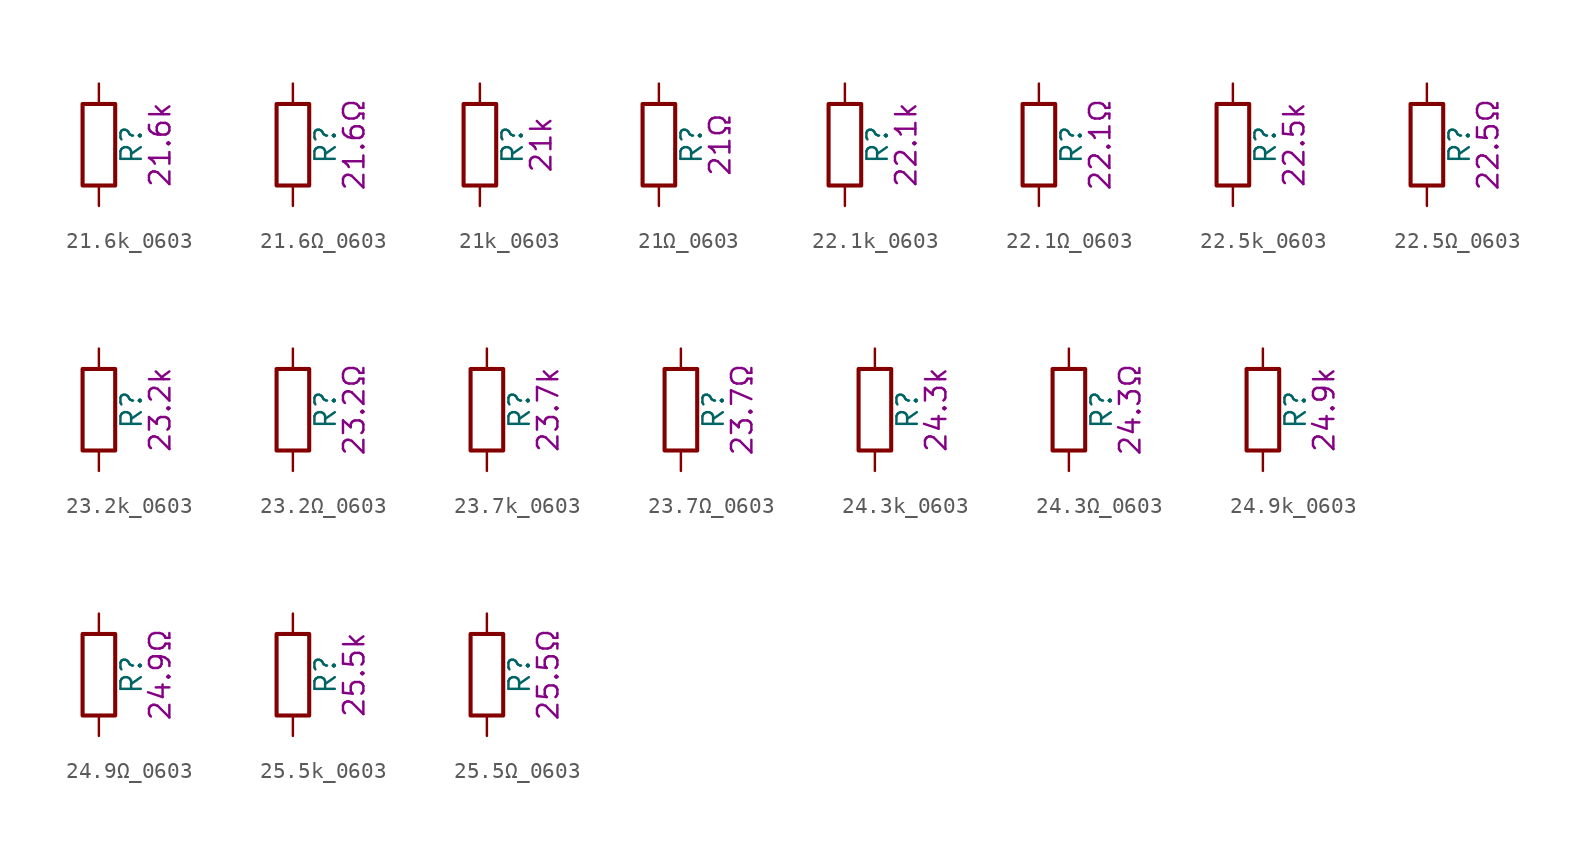
<source format=kicad_sym>
(kicad_symbol_lib
  (version 20211014)
  (generator kicad_symbol_editor)
  (symbol "21.6k_0603"
    (pin_numbers hide)
    (pin_names
      (offset 0))
    (property "Reference" "R"
      (at 2.032 0 90)
      (effects (font (size 1.27 1.27))))
    (property "Display" "21.6k"
      (at 3.81 0 90)
      (effects (font (size 1.27 1.27))))
    (symbol "21.6k_0603_0_1"
      (rectangle (start -1.016 -2.54) (end 1.016 2.54) (stroke (width 0.254) (type default) (color 0 0 0 0)) (fill (type none))))
    (symbol "21.6k_0603_1_1"
      (pin passive line (at 0 3.81 270) (length 1.27) (name "~" (effects (font (size 1.27 1.27)))) (number "1" (effects (font (size 1.27 1.27)))))
      (pin passive line (at 0 -3.81 90) (length 1.27) (name "~" (effects (font (size 1.27 1.27)))) (number "2" (effects (font (size 1.27 1.27)))))))
  (symbol "21.6Ω_0603"
    (pin_numbers hide)
    (pin_names
      (offset 0))
    (property "Reference" "R"
      (at 2.032 0 90)
      (effects (font (size 1.27 1.27))))
    (property "Display" "21.6Ω"
      (at 3.81 0 90)
      (effects (font (size 1.27 1.27))))
    (symbol "21.6Ω_0603_0_1"
      (rectangle (start -1.016 -2.54) (end 1.016 2.54) (stroke (width 0.254) (type default) (color 0 0 0 0)) (fill (type none))))
    (symbol "21.6Ω_0603_1_1"
      (pin passive line (at 0 3.81 270) (length 1.27) (name "~" (effects (font (size 1.27 1.27)))) (number "1" (effects (font (size 1.27 1.27)))))
      (pin passive line (at 0 -3.81 90) (length 1.27) (name "~" (effects (font (size 1.27 1.27)))) (number "2" (effects (font (size 1.27 1.27)))))))
  (symbol "21k_0603"
    (pin_numbers hide)
    (pin_names
      (offset 0))
    (property "Reference" "R"
      (at 2.032 0 90)
      (effects (font (size 1.27 1.27))))
    (property "Display" "21k"
      (at 3.81 0 90)
      (effects (font (size 1.27 1.27))))
    (symbol "21k_0603_0_1"
      (rectangle (start -1.016 -2.54) (end 1.016 2.54) (stroke (width 0.254) (type default) (color 0 0 0 0)) (fill (type none))))
    (symbol "21k_0603_1_1"
      (pin passive line (at 0 3.81 270) (length 1.27) (name "~" (effects (font (size 1.27 1.27)))) (number "1" (effects (font (size 1.27 1.27)))))
      (pin passive line (at 0 -3.81 90) (length 1.27) (name "~" (effects (font (size 1.27 1.27)))) (number "2" (effects (font (size 1.27 1.27)))))))
  (symbol "21Ω_0603"
    (pin_numbers hide)
    (pin_names
      (offset 0))
    (property "Reference" "R"
      (at 2.032 0 90)
      (effects (font (size 1.27 1.27))))
    (property "Display" "21Ω"
      (at 3.81 0 90)
      (effects (font (size 1.27 1.27))))
    (symbol "21Ω_0603_0_1"
      (rectangle (start -1.016 -2.54) (end 1.016 2.54) (stroke (width 0.254) (type default) (color 0 0 0 0)) (fill (type none))))
    (symbol "21Ω_0603_1_1"
      (pin passive line (at 0 3.81 270) (length 1.27) (name "~" (effects (font (size 1.27 1.27)))) (number "1" (effects (font (size 1.27 1.27)))))
      (pin passive line (at 0 -3.81 90) (length 1.27) (name "~" (effects (font (size 1.27 1.27)))) (number "2" (effects (font (size 1.27 1.27)))))))
  (symbol "22.1k_0603"
    (pin_numbers hide)
    (pin_names
      (offset 0))
    (property "Reference" "R"
      (at 2.032 0 90)
      (effects (font (size 1.27 1.27))))
    (property "Display" "22.1k"
      (at 3.81 0 90)
      (effects (font (size 1.27 1.27))))
    (symbol "22.1k_0603_0_1"
      (rectangle (start -1.016 -2.54) (end 1.016 2.54) (stroke (width 0.254) (type default) (color 0 0 0 0)) (fill (type none))))
    (symbol "22.1k_0603_1_1"
      (pin passive line (at 0 3.81 270) (length 1.27) (name "~" (effects (font (size 1.27 1.27)))) (number "1" (effects (font (size 1.27 1.27)))))
      (pin passive line (at 0 -3.81 90) (length 1.27) (name "~" (effects (font (size 1.27 1.27)))) (number "2" (effects (font (size 1.27 1.27)))))))
  (symbol "22.1Ω_0603"
    (pin_numbers hide)
    (pin_names
      (offset 0))
    (property "Reference" "R"
      (at 2.032 0 90)
      (effects (font (size 1.27 1.27))))
    (property "Display" "22.1Ω"
      (at 3.81 0 90)
      (effects (font (size 1.27 1.27))))
    (symbol "22.1Ω_0603_0_1"
      (rectangle (start -1.016 -2.54) (end 1.016 2.54) (stroke (width 0.254) (type default) (color 0 0 0 0)) (fill (type none))))
    (symbol "22.1Ω_0603_1_1"
      (pin passive line (at 0 3.81 270) (length 1.27) (name "~" (effects (font (size 1.27 1.27)))) (number "1" (effects (font (size 1.27 1.27)))))
      (pin passive line (at 0 -3.81 90) (length 1.27) (name "~" (effects (font (size 1.27 1.27)))) (number "2" (effects (font (size 1.27 1.27)))))))
  (symbol "22.5k_0603"
    (pin_numbers hide)
    (pin_names
      (offset 0))
    (property "Reference" "R"
      (at 2.032 0 90)
      (effects (font (size 1.27 1.27))))
    (property "Display" "22.5k"
      (at 3.81 0 90)
      (effects (font (size 1.27 1.27))))
    (symbol "22.5k_0603_0_1"
      (rectangle (start -1.016 -2.54) (end 1.016 2.54) (stroke (width 0.254) (type default) (color 0 0 0 0)) (fill (type none))))
    (symbol "22.5k_0603_1_1"
      (pin passive line (at 0 3.81 270) (length 1.27) (name "~" (effects (font (size 1.27 1.27)))) (number "1" (effects (font (size 1.27 1.27)))))
      (pin passive line (at 0 -3.81 90) (length 1.27) (name "~" (effects (font (size 1.27 1.27)))) (number "2" (effects (font (size 1.27 1.27)))))))
  (symbol "22.5Ω_0603"
    (pin_numbers hide)
    (pin_names
      (offset 0))
    (property "Reference" "R"
      (at 2.032 0 90)
      (effects (font (size 1.27 1.27))))
    (property "Display" "22.5Ω"
      (at 3.81 0 90)
      (effects (font (size 1.27 1.27))))
    (symbol "22.5Ω_0603_0_1"
      (rectangle (start -1.016 -2.54) (end 1.016 2.54) (stroke (width 0.254) (type default) (color 0 0 0 0)) (fill (type none))))
    (symbol "22.5Ω_0603_1_1"
      (pin passive line (at 0 3.81 270) (length 1.27) (name "~" (effects (font (size 1.27 1.27)))) (number "1" (effects (font (size 1.27 1.27)))))
      (pin passive line (at 0 -3.81 90) (length 1.27) (name "~" (effects (font (size 1.27 1.27)))) (number "2" (effects (font (size 1.27 1.27)))))))
  (symbol "23.2k_0603"
    (pin_numbers hide)
    (pin_names
      (offset 0))
    (property "Reference" "R"
      (at 2.032 0 90)
      (effects (font (size 1.27 1.27))))
    (property "Display" "23.2k"
      (at 3.81 0 90)
      (effects (font (size 1.27 1.27))))
    (symbol "23.2k_0603_0_1"
      (rectangle (start -1.016 -2.54) (end 1.016 2.54) (stroke (width 0.254) (type default) (color 0 0 0 0)) (fill (type none))))
    (symbol "23.2k_0603_1_1"
      (pin passive line (at 0 3.81 270) (length 1.27) (name "~" (effects (font (size 1.27 1.27)))) (number "1" (effects (font (size 1.27 1.27)))))
      (pin passive line (at 0 -3.81 90) (length 1.27) (name "~" (effects (font (size 1.27 1.27)))) (number "2" (effects (font (size 1.27 1.27)))))))
  (symbol "23.2Ω_0603"
    (pin_numbers hide)
    (pin_names
      (offset 0))
    (property "Reference" "R"
      (at 2.032 0 90)
      (effects (font (size 1.27 1.27))))
    (property "Display" "23.2Ω"
      (at 3.81 0 90)
      (effects (font (size 1.27 1.27))))
    (symbol "23.2Ω_0603_0_1"
      (rectangle (start -1.016 -2.54) (end 1.016 2.54) (stroke (width 0.254) (type default) (color 0 0 0 0)) (fill (type none))))
    (symbol "23.2Ω_0603_1_1"
      (pin passive line (at 0 3.81 270) (length 1.27) (name "~" (effects (font (size 1.27 1.27)))) (number "1" (effects (font (size 1.27 1.27)))))
      (pin passive line (at 0 -3.81 90) (length 1.27) (name "~" (effects (font (size 1.27 1.27)))) (number "2" (effects (font (size 1.27 1.27)))))))
  (symbol "23.7k_0603"
    (pin_numbers hide)
    (pin_names
      (offset 0))
    (property "Reference" "R"
      (at 2.032 0 90)
      (effects (font (size 1.27 1.27))))
    (property "Display" "23.7k"
      (at 3.81 0 90)
      (effects (font (size 1.27 1.27))))
    (symbol "23.7k_0603_0_1"
      (rectangle (start -1.016 -2.54) (end 1.016 2.54) (stroke (width 0.254) (type default) (color 0 0 0 0)) (fill (type none))))
    (symbol "23.7k_0603_1_1"
      (pin passive line (at 0 3.81 270) (length 1.27) (name "~" (effects (font (size 1.27 1.27)))) (number "1" (effects (font (size 1.27 1.27)))))
      (pin passive line (at 0 -3.81 90) (length 1.27) (name "~" (effects (font (size 1.27 1.27)))) (number "2" (effects (font (size 1.27 1.27)))))))
  (symbol "23.7Ω_0603"
    (pin_numbers hide)
    (pin_names
      (offset 0))
    (property "Reference" "R"
      (at 2.032 0 90)
      (effects (font (size 1.27 1.27))))
    (property "Display" "23.7Ω"
      (at 3.81 0 90)
      (effects (font (size 1.27 1.27))))
    (symbol "23.7Ω_0603_0_1"
      (rectangle (start -1.016 -2.54) (end 1.016 2.54) (stroke (width 0.254) (type default) (color 0 0 0 0)) (fill (type none))))
    (symbol "23.7Ω_0603_1_1"
      (pin passive line (at 0 3.81 270) (length 1.27) (name "~" (effects (font (size 1.27 1.27)))) (number "1" (effects (font (size 1.27 1.27)))))
      (pin passive line (at 0 -3.81 90) (length 1.27) (name "~" (effects (font (size 1.27 1.27)))) (number "2" (effects (font (size 1.27 1.27)))))))
  (symbol "24.3k_0603"
    (pin_numbers hide)
    (pin_names
      (offset 0))
    (property "Reference" "R"
      (at 2.032 0 90)
      (effects (font (size 1.27 1.27))))
    (property "Display" "24.3k"
      (at 3.81 0 90)
      (effects (font (size 1.27 1.27))))
    (symbol "24.3k_0603_0_1"
      (rectangle (start -1.016 -2.54) (end 1.016 2.54) (stroke (width 0.254) (type default) (color 0 0 0 0)) (fill (type none))))
    (symbol "24.3k_0603_1_1"
      (pin passive line (at 0 3.81 270) (length 1.27) (name "~" (effects (font (size 1.27 1.27)))) (number "1" (effects (font (size 1.27 1.27)))))
      (pin passive line (at 0 -3.81 90) (length 1.27) (name "~" (effects (font (size 1.27 1.27)))) (number "2" (effects (font (size 1.27 1.27)))))))
  (symbol "24.3Ω_0603"
    (pin_numbers hide)
    (pin_names
      (offset 0))
    (property "Reference" "R"
      (at 2.032 0 90)
      (effects (font (size 1.27 1.27))))
    (property "Display" "24.3Ω"
      (at 3.81 0 90)
      (effects (font (size 1.27 1.27))))
    (symbol "24.3Ω_0603_0_1"
      (rectangle (start -1.016 -2.54) (end 1.016 2.54) (stroke (width 0.254) (type default) (color 0 0 0 0)) (fill (type none))))
    (symbol "24.3Ω_0603_1_1"
      (pin passive line (at 0 3.81 270) (length 1.27) (name "~" (effects (font (size 1.27 1.27)))) (number "1" (effects (font (size 1.27 1.27)))))
      (pin passive line (at 0 -3.81 90) (length 1.27) (name "~" (effects (font (size 1.27 1.27)))) (number "2" (effects (font (size 1.27 1.27)))))))
  (symbol "24.9k_0603"
    (pin_numbers hide)
    (pin_names
      (offset 0))
    (property "Reference" "R"
      (at 2.032 0 90)
      (effects (font (size 1.27 1.27))))
    (property "Display" "24.9k"
      (at 3.81 0 90)
      (effects (font (size 1.27 1.27))))
    (symbol "24.9k_0603_0_1"
      (rectangle (start -1.016 -2.54) (end 1.016 2.54) (stroke (width 0.254) (type default) (color 0 0 0 0)) (fill (type none))))
    (symbol "24.9k_0603_1_1"
      (pin passive line (at 0 3.81 270) (length 1.27) (name "~" (effects (font (size 1.27 1.27)))) (number "1" (effects (font (size 1.27 1.27)))))
      (pin passive line (at 0 -3.81 90) (length 1.27) (name "~" (effects (font (size 1.27 1.27)))) (number "2" (effects (font (size 1.27 1.27)))))))
  (symbol "24.9Ω_0603"
    (pin_numbers hide)
    (pin_names
      (offset 0))
    (property "Reference" "R"
      (at 2.032 0 90)
      (effects (font (size 1.27 1.27))))
    (property "Display" "24.9Ω"
      (at 3.81 0 90)
      (effects (font (size 1.27 1.27))))
    (symbol "24.9Ω_0603_0_1"
      (rectangle (start -1.016 -2.54) (end 1.016 2.54) (stroke (width 0.254) (type default) (color 0 0 0 0)) (fill (type none))))
    (symbol "24.9Ω_0603_1_1"
      (pin passive line (at 0 3.81 270) (length 1.27) (name "~" (effects (font (size 1.27 1.27)))) (number "1" (effects (font (size 1.27 1.27)))))
      (pin passive line (at 0 -3.81 90) (length 1.27) (name "~" (effects (font (size 1.27 1.27)))) (number "2" (effects (font (size 1.27 1.27)))))))
  (symbol "25.5k_0603"
    (pin_numbers hide)
    (pin_names
      (offset 0))
    (property "Reference" "R"
      (at 2.032 0 90)
      (effects (font (size 1.27 1.27))))
    (property "Display" "25.5k"
      (at 3.81 0 90)
      (effects (font (size 1.27 1.27))))
    (symbol "25.5k_0603_0_1"
      (rectangle (start -1.016 -2.54) (end 1.016 2.54) (stroke (width 0.254) (type default) (color 0 0 0 0)) (fill (type none))))
    (symbol "25.5k_0603_1_1"
      (pin passive line (at 0 3.81 270) (length 1.27) (name "~" (effects (font (size 1.27 1.27)))) (number "1" (effects (font (size 1.27 1.27)))))
      (pin passive line (at 0 -3.81 90) (length 1.27) (name "~" (effects (font (size 1.27 1.27)))) (number "2" (effects (font (size 1.27 1.27)))))))
  (symbol "25.5Ω_0603"
    (pin_numbers hide)
    (pin_names
      (offset 0))
    (property "Reference" "R"
      (at 2.032 0 90)
      (effects (font (size 1.27 1.27))))
    (property "Display" "25.5Ω"
      (at 3.81 0 90)
      (effects (font (size 1.27 1.27))))
    (symbol "25.5Ω_0603_0_1"
      (rectangle (start -1.016 -2.54) (end 1.016 2.54) (stroke (width 0.254) (type default) (color 0 0 0 0)) (fill (type none))))
    (symbol "25.5Ω_0603_1_1"
      (pin passive line (at 0 3.81 270) (length 1.27) (name "~" (effects (font (size 1.27 1.27)))) (number "1" (effects (font (size 1.27 1.27)))))
      (pin passive line (at 0 -3.81 90) (length 1.27) (name "~" (effects (font (size 1.27 1.27)))) (number "2" (effects (font (size 1.27 1.27))))))))
</source>
